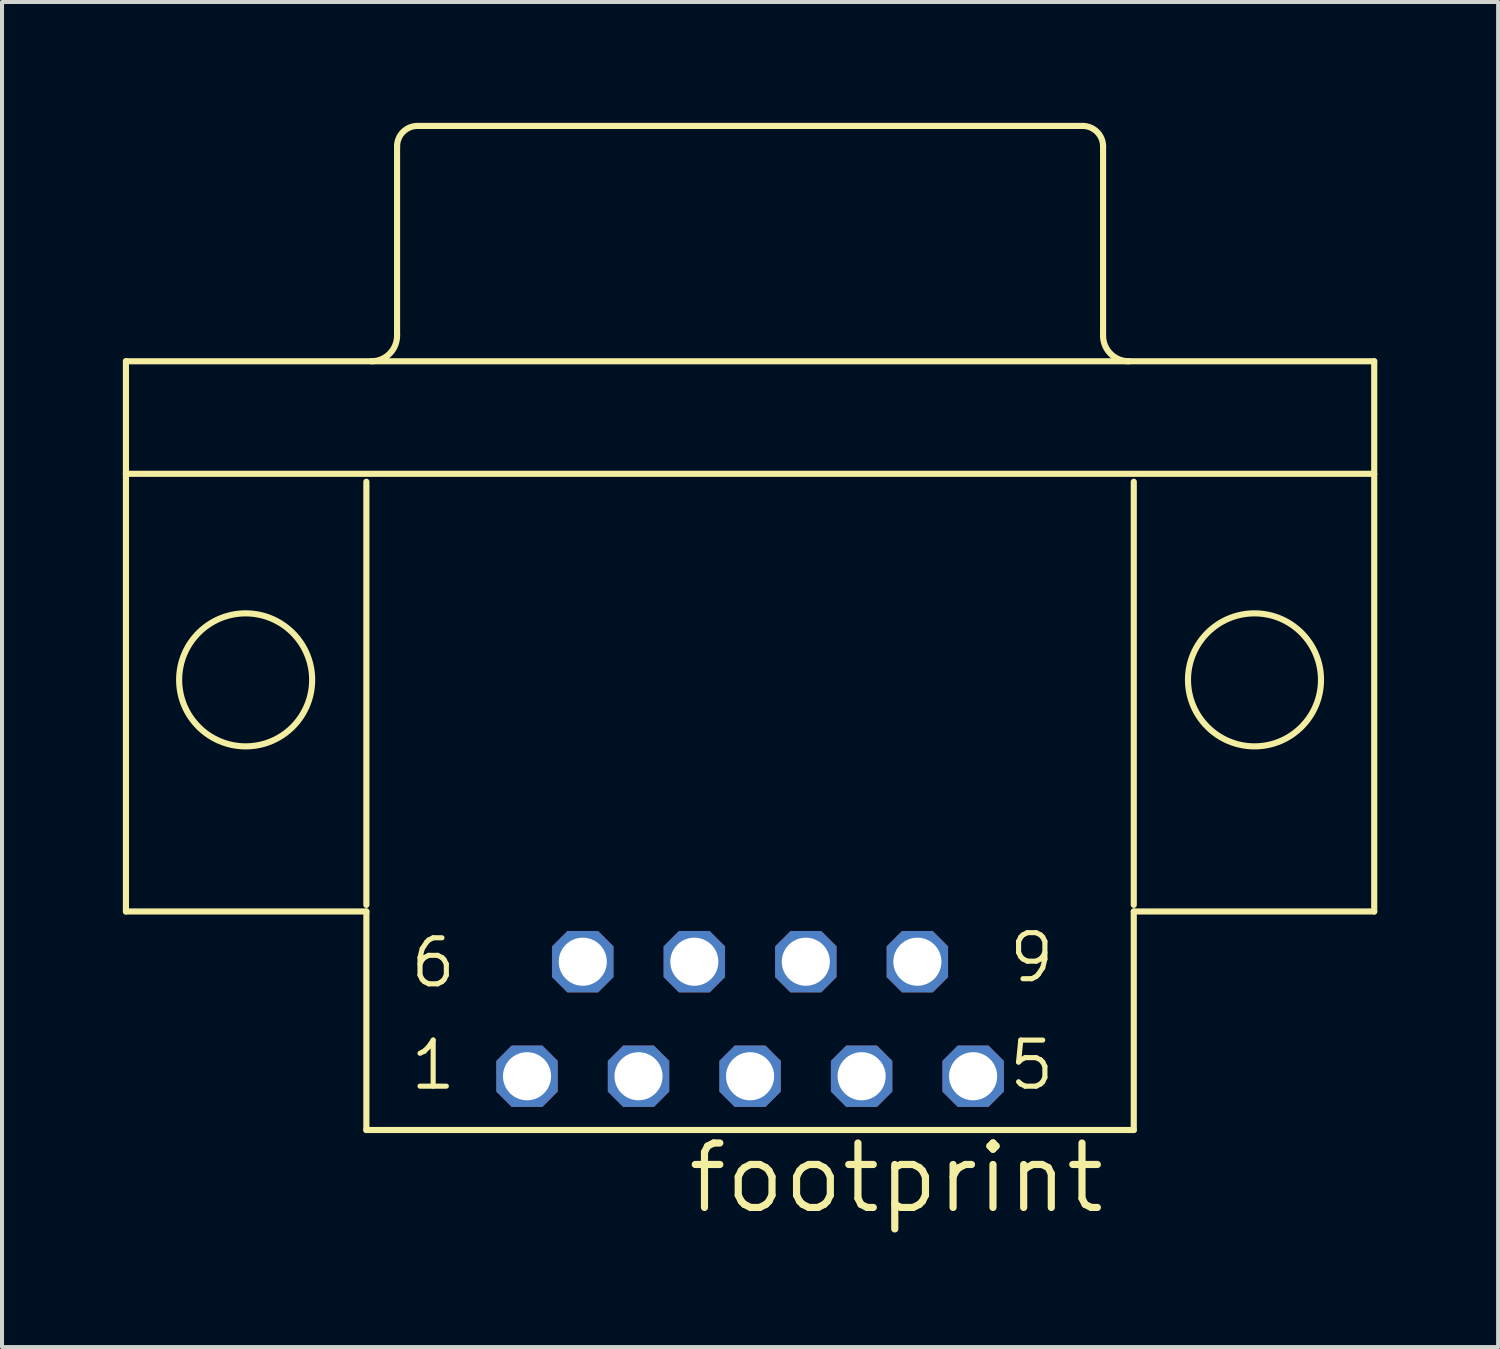
<source format=kicad_pcb>
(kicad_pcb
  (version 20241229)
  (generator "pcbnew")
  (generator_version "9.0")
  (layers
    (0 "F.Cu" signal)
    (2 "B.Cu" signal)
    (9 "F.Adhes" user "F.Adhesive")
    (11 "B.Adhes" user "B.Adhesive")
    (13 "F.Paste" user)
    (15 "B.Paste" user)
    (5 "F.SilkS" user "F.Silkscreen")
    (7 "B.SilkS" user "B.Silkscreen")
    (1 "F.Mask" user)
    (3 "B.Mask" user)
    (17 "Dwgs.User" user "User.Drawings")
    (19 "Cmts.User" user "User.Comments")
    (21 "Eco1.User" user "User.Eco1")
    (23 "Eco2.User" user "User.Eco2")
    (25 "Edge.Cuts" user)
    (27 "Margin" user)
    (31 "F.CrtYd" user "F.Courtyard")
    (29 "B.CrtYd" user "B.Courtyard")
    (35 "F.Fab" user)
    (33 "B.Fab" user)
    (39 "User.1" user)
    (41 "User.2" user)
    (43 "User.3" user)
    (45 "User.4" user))
  (footprint "footprint"
    (layer "F.Cu")
    (at 15.57 13.827)
    (property "Reference" "footprint" (at 8.89 11.43 0) (layer "F.SilkS") (effects (font (size 1.6 1.6) (thickness 0.178)) (justify right top)))
    (fp_line (start -15.494 -7.909) (end 15.494 -7.909) (stroke (width 0.152) (type solid)) (layer "F.SilkS"))
    (fp_line (start -15.494 -5.115) (end -15.494 -7.909) (stroke (width 0.152) (type solid)) (layer "F.SilkS"))
    (fp_line (start -15.494 -5.115) (end 15.494 -5.115) (stroke (width 0.152) (type solid)) (layer "F.SilkS"))
    (fp_line (start -15.494 5.75) (end -15.494 -5.115) (stroke (width 0.152) (type solid)) (layer "F.SilkS"))
    (fp_line (start -15.494 5.75) (end -9.525 5.75) (stroke (width 0.152) (type solid)) (layer "F.SilkS"))
    (fp_line (start -9.525 -4.918) (end -9.525 5.587) (stroke (width 0.152) (type solid)) (layer "F.SilkS"))
    (fp_line (start -9.525 5.75) (end -9.525 11.175) (stroke (width 0.152) (type solid)) (layer "F.SilkS"))
    (fp_line (start -9.525 11.175) (end 9.525 11.175) (stroke (width 0.152) (type solid)) (layer "F.SilkS"))
    (fp_line (start -8.763 -8.544) (end -8.763 -13.243) (stroke (width 0.152) (type solid)) (layer "F.SilkS"))
    (fp_line (start -8.255 -13.751) (end 8.255 -13.751) (stroke (width 0.152) (type solid)) (layer "F.SilkS"))
    (fp_line (start 8.763 -8.544) (end 8.763 -13.243) (stroke (width 0.152) (type solid)) (layer "F.SilkS"))
    (fp_line (start 9.525 5.587) (end 9.525 -4.918) (stroke (width 0.152) (type solid)) (layer "F.SilkS"))
    (fp_line (start 9.525 5.75) (end 15.494 5.75) (stroke (width 0.152) (type solid)) (layer "F.SilkS"))
    (fp_line (start 9.525 11.175) (end 9.525 5.75) (stroke (width 0.152) (type solid)) (layer "F.SilkS"))
    (fp_line (start 15.494 5.75) (end 15.494 -7.909) (stroke (width 0.152) (type solid)) (layer "F.SilkS"))
    (fp_arc (start -8.763 -13.243) (mid -8.61421 -13.60221) (end -8.255 -13.751) (stroke (width 0.1524) (type solid)) (layer "F.SilkS"))
    (fp_arc (start -8.763 -8.544) (mid -8.948987 -8.094987) (end -9.398 -7.909) (stroke (width 0.1524) (type solid)) (layer "F.SilkS"))
    (fp_arc (start 8.255 -13.751) (mid 8.61421 -13.60221) (end 8.763 -13.243) (stroke (width 0.1524) (type solid)) (layer "F.SilkS"))
    (fp_arc (start 9.398 -7.909) (mid 8.948987 -8.094987) (end 8.763 -8.544) (stroke (width 0.1524) (type solid)) (layer "F.SilkS"))
    (fp_circle (center -12.522 0) (end -10.871 0) (stroke (width 0.152) (type solid)) (fill no) (layer "F.SilkS"))
    (fp_circle (center 12.522 0) (end 14.173 0) (stroke (width 0.152) (type solid)) (fill no) (layer "F.SilkS"))
    (fp_text user "1" (at -7.239 8.895 0) (layer "F.SilkS") (effects (font (size 1.143 1.143) (thickness 0.127)) (justify right top)))
    (fp_text user "5" (at 7.62 8.895 0) (layer "F.SilkS") (effects (font (size 1.143 1.143) (thickness 0.127)) (justify right top)))
    (fp_text user "6" (at -7.239 6.355 0) (layer "F.SilkS") (effects (font (size 1.143 1.143) (thickness 0.127)) (justify right top)))
    (fp_text user "9" (at 7.62 6.228 0) (layer "F.SilkS") (effects (font (size 1.143 1.143) (thickness 0.127)) (justify right top)))
    (pad "1" thru_hole roundrect (at -5.537 9.84) (size 1.524 1.524) (drill 1.194) (layers "*.Cu" "*.Mask") (roundrect_rratio 0.25) (chamfer_ratio 0.25) (chamfer top_left top_right bottom_left bottom_right))
    (pad "2" thru_hole roundrect (at -2.769 9.84) (size 1.524 1.524) (drill 1.194) (layers "*.Cu" "*.Mask") (roundrect_rratio 0.25) (chamfer_ratio 0.25) (chamfer top_left top_right bottom_left bottom_right))
    (pad "3" thru_hole roundrect (at 0 9.84) (size 1.524 1.524) (drill 1.194) (layers "*.Cu" "*.Mask") (roundrect_rratio 0.25) (chamfer_ratio 0.25) (chamfer top_left top_right bottom_left bottom_right))
    (pad "4" thru_hole roundrect (at 2.769 9.84) (size 1.524 1.524) (drill 1.194) (layers "*.Cu" "*.Mask") (roundrect_rratio 0.25) (chamfer_ratio 0.25) (chamfer top_left top_right bottom_left bottom_right))
    (pad "5" thru_hole roundrect (at 5.537 9.84) (size 1.524 1.524) (drill 1.194) (layers "*.Cu" "*.Mask") (roundrect_rratio 0.25) (chamfer_ratio 0.25) (chamfer top_left top_right bottom_left bottom_right))
    (pad "6" thru_hole roundrect (at -4.153 6.997) (size 1.524 1.524) (drill 1.194) (layers "*.Cu" "*.Mask") (roundrect_rratio 0.25) (chamfer_ratio 0.25) (chamfer top_left top_right bottom_left bottom_right))
    (pad "7" thru_hole roundrect (at -1.384 6.997) (size 1.524 1.524) (drill 1.194) (layers "*.Cu" "*.Mask") (roundrect_rratio 0.25) (chamfer_ratio 0.25) (chamfer top_left top_right bottom_left bottom_right))
    (pad "8" thru_hole roundrect (at 1.384 6.997) (size 1.524 1.524) (drill 1.194) (layers "*.Cu" "*.Mask") (roundrect_rratio 0.25) (chamfer_ratio 0.25) (chamfer top_left top_right bottom_left bottom_right))
    (pad "9" thru_hole roundrect (at 4.153 6.997) (size 1.524 1.524) (drill 1.194) (layers "*.Cu" "*.Mask") (roundrect_rratio 0.25) (chamfer_ratio 0.25) (chamfer top_left top_right bottom_left bottom_right)))
  (gr_rect
    (start -3 -3)
    (end 34.14 30.391)
    (stroke (width 0.1) (type default))
    (fill no)
    (layer "Edge.Cuts")))
</source>
